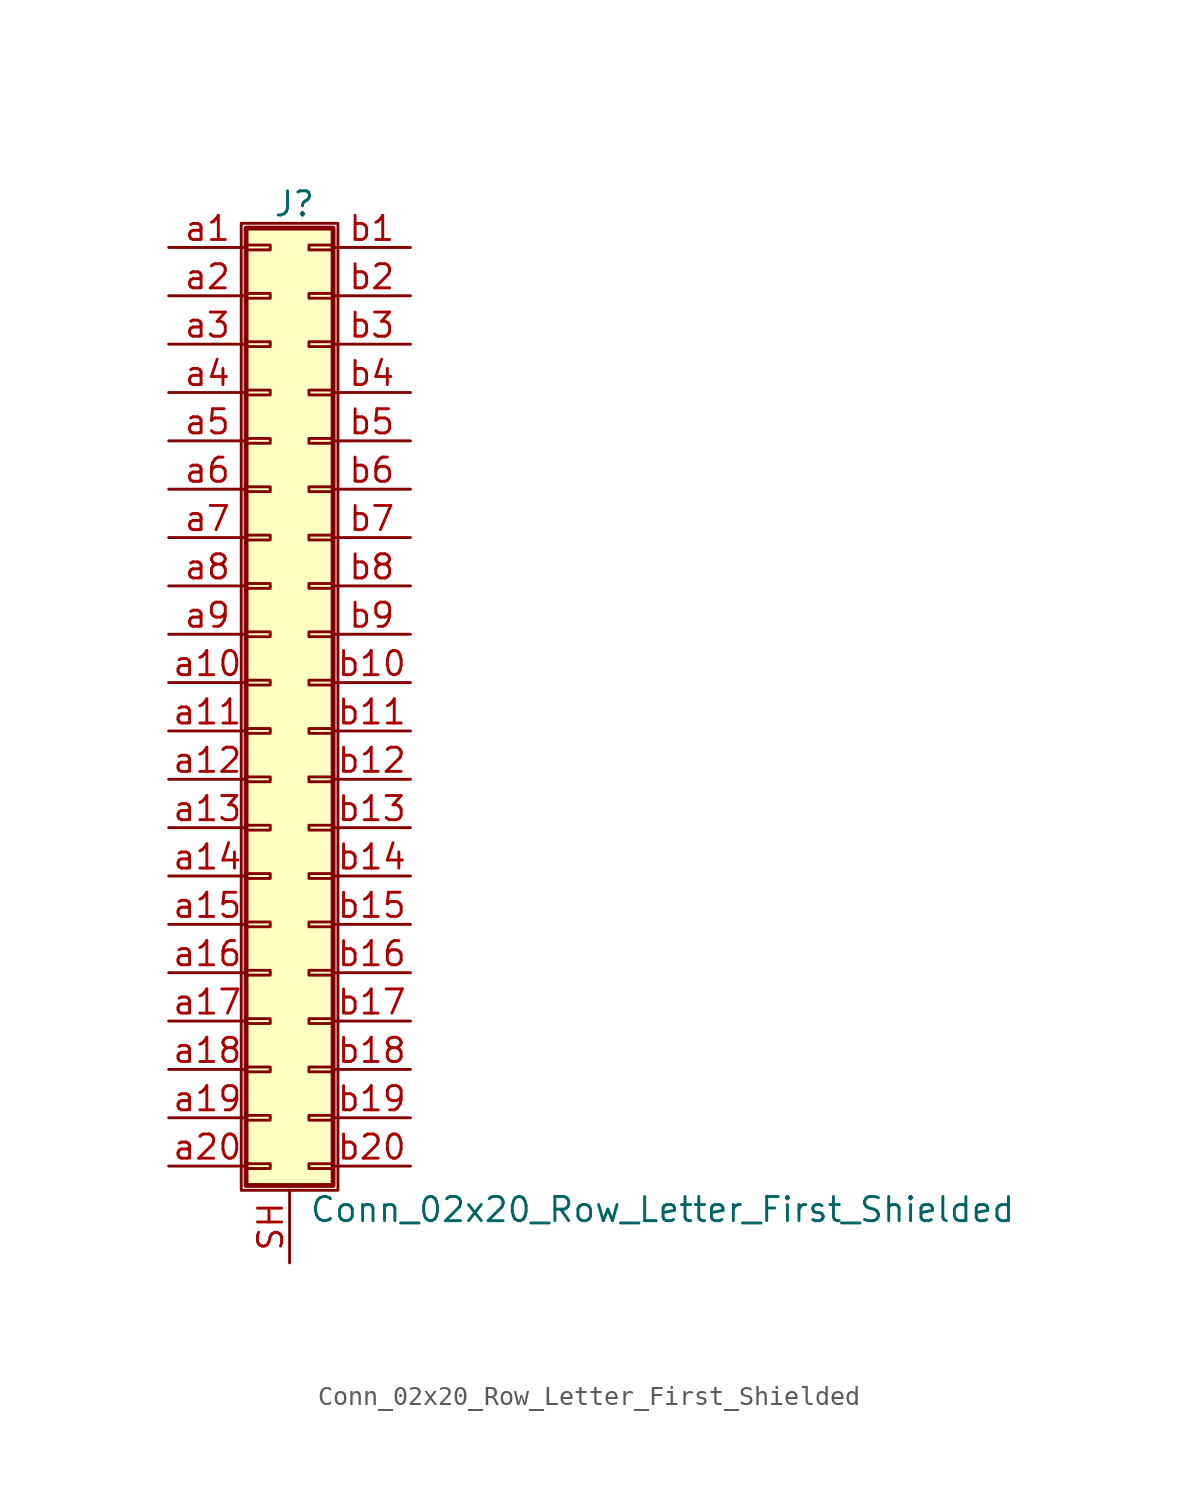
<source format=kicad_sym>
(kicad_symbol_lib
  (version 20201005)
  (generator kicad_symbol_editor)
  (symbol "Conn_02x20_Row_Letter_First_Shielded"
    (pin_names
      (offset 1.016) hide)
    (property "Reference" "J"
      (at 1.524 25.146 0)
      (effects (font (size 1.27 1.27))))
    (property "Value" "Conn_02x20_Row_Letter_First_Shielded"
      (at 2.286 -27.686 0)
      (effects (font (size 1.27 1.27)) (justify left)))
    (symbol "Conn_02x20_Row_Letter_First_Shielded_1_1"
      (rectangle (start -1.27 24.13) (end 3.81 -26.67) (stroke (width 0.152)) (fill (type none)))
      (rectangle (start -1.016 -25.273) (end 0.254 -25.527) (stroke (width 0.152)) (fill (type none)))
      (rectangle (start -1.016 -22.733) (end 0.254 -22.987) (stroke (width 0.152)) (fill (type none)))
      (rectangle (start -1.016 -20.193) (end 0.254 -20.447) (stroke (width 0.152)) (fill (type none)))
      (rectangle (start -1.016 -17.653) (end 0.254 -17.907) (stroke (width 0.152)) (fill (type none)))
      (rectangle (start -1.016 -15.113) (end 0.254 -15.367) (stroke (width 0.152)) (fill (type none)))
      (rectangle (start -1.016 -12.573) (end 0.254 -12.827) (stroke (width 0.152)) (fill (type none)))
      (rectangle (start -1.016 -10.033) (end 0.254 -10.287) (stroke (width 0.152)) (fill (type none)))
      (rectangle (start -1.016 -7.493) (end 0.254 -7.747) (stroke (width 0.152)) (fill (type none)))
      (rectangle (start -1.016 -4.953) (end 0.254 -5.207) (stroke (width 0.152)) (fill (type none)))
      (rectangle (start -1.016 -2.413) (end 0.254 -2.667) (stroke (width 0.152)) (fill (type none)))
      (rectangle (start -1.016 0.127) (end 0.254 -0.127) (stroke (width 0.152)) (fill (type none)))
      (rectangle (start -1.016 2.667) (end 0.254 2.413) (stroke (width 0.152)) (fill (type none)))
      (rectangle (start -1.016 5.207) (end 0.254 4.953) (stroke (width 0.152)) (fill (type none)))
      (rectangle (start -1.016 7.747) (end 0.254 7.493) (stroke (width 0.152)) (fill (type none)))
      (rectangle (start -1.016 10.287) (end 0.254 10.033) (stroke (width 0.152)) (fill (type none)))
      (rectangle (start -1.016 12.827) (end 0.254 12.573) (stroke (width 0.152)) (fill (type none)))
      (rectangle (start -1.016 15.367) (end 0.254 15.113) (stroke (width 0.152)) (fill (type none)))
      (rectangle (start -1.016 17.907) (end 0.254 17.653) (stroke (width 0.152)) (fill (type none)))
      (rectangle (start -1.016 20.447) (end 0.254 20.193) (stroke (width 0.152)) (fill (type none)))
      (rectangle (start -1.016 22.987) (end 0.254 22.733) (stroke (width 0.152)) (fill (type none)))
      (rectangle (start 3.556 -25.273) (end 2.286 -25.527) (stroke (width 0.152)) (fill (type none)))
      (rectangle (start 3.556 -22.733) (end 2.286 -22.987) (stroke (width 0.152)) (fill (type none)))
      (rectangle (start 3.556 -20.193) (end 2.286 -20.447) (stroke (width 0.152)) (fill (type none)))
      (rectangle (start 3.556 -17.653) (end 2.286 -17.907) (stroke (width 0.152)) (fill (type none)))
      (rectangle (start 3.556 -15.113) (end 2.286 -15.367) (stroke (width 0.152)) (fill (type none)))
      (rectangle (start 3.556 -12.573) (end 2.286 -12.827) (stroke (width 0.152)) (fill (type none)))
      (rectangle (start 3.556 -10.033) (end 2.286 -10.287) (stroke (width 0.152)) (fill (type none)))
      (rectangle (start 3.556 -7.493) (end 2.286 -7.747) (stroke (width 0.152)) (fill (type none)))
      (rectangle (start 3.556 -4.953) (end 2.286 -5.207) (stroke (width 0.152)) (fill (type none)))
      (rectangle (start 3.556 -2.413) (end 2.286 -2.667) (stroke (width 0.152)) (fill (type none)))
      (rectangle (start 3.556 0.127) (end 2.286 -0.127) (stroke (width 0.152)) (fill (type none)))
      (rectangle (start 3.556 2.667) (end 2.286 2.413) (stroke (width 0.152)) (fill (type none)))
      (rectangle (start 3.556 5.207) (end 2.286 4.953) (stroke (width 0.152)) (fill (type none)))
      (rectangle (start 3.556 7.747) (end 2.286 7.493) (stroke (width 0.152)) (fill (type none)))
      (rectangle (start 3.556 10.287) (end 2.286 10.033) (stroke (width 0.152)) (fill (type none)))
      (rectangle (start 3.556 12.827) (end 2.286 12.573) (stroke (width 0.152)) (fill (type none)))
      (rectangle (start 3.556 15.367) (end 2.286 15.113) (stroke (width 0.152)) (fill (type none)))
      (rectangle (start 3.556 17.907) (end 2.286 17.653) (stroke (width 0.152)) (fill (type none)))
      (rectangle (start 3.556 20.447) (end 2.286 20.193) (stroke (width 0.152)) (fill (type none)))
      (rectangle (start 3.556 22.987) (end 2.286 22.733) (stroke (width 0.152)) (fill (type none)))
      (rectangle (start -1.016 23.876) (end 3.556 -26.416) (stroke (width 0.254)) (fill (type background)))
      (pin passive line (at 1.27 -30.48 90) (length 3.81) (name "Shield" (effects (font (size 1.27 1.27)))) (number "SH" (effects (font (size 1.27 1.27)))))
      (pin passive line (at -5.08 22.86 0) (length 4.064) (name "Pin_a1" (effects (font (size 1.27 1.27)))) (number "a1" (effects (font (size 1.27 1.27)))))
      (pin passive line (at -5.08 0 0) (length 4.064) (name "Pin_a10" (effects (font (size 1.27 1.27)))) (number "a10" (effects (font (size 1.27 1.27)))))
      (pin passive line (at -5.08 -2.54 0) (length 4.064) (name "Pin_a11" (effects (font (size 1.27 1.27)))) (number "a11" (effects (font (size 1.27 1.27)))))
      (pin passive line (at -5.08 -5.08 0) (length 4.064) (name "Pin_a12" (effects (font (size 1.27 1.27)))) (number "a12" (effects (font (size 1.27 1.27)))))
      (pin passive line (at -5.08 -7.62 0) (length 4.064) (name "Pin_a13" (effects (font (size 1.27 1.27)))) (number "a13" (effects (font (size 1.27 1.27)))))
      (pin passive line (at -5.08 -10.16 0) (length 4.064) (name "Pin_a14" (effects (font (size 1.27 1.27)))) (number "a14" (effects (font (size 1.27 1.27)))))
      (pin passive line (at -5.08 -12.7 0) (length 4.064) (name "Pin_a15" (effects (font (size 1.27 1.27)))) (number "a15" (effects (font (size 1.27 1.27)))))
      (pin passive line (at -5.08 -15.24 0) (length 4.064) (name "Pin_a16" (effects (font (size 1.27 1.27)))) (number "a16" (effects (font (size 1.27 1.27)))))
      (pin passive line (at -5.08 -17.78 0) (length 4.064) (name "Pin_a17" (effects (font (size 1.27 1.27)))) (number "a17" (effects (font (size 1.27 1.27)))))
      (pin passive line (at -5.08 -20.32 0) (length 4.064) (name "Pin_a18" (effects (font (size 1.27 1.27)))) (number "a18" (effects (font (size 1.27 1.27)))))
      (pin passive line (at -5.08 -22.86 0) (length 4.064) (name "Pin_a19" (effects (font (size 1.27 1.27)))) (number "a19" (effects (font (size 1.27 1.27)))))
      (pin passive line (at -5.08 20.32 0) (length 4.064) (name "Pin_a2" (effects (font (size 1.27 1.27)))) (number "a2" (effects (font (size 1.27 1.27)))))
      (pin passive line (at -5.08 -25.4 0) (length 4.064) (name "Pin_a20" (effects (font (size 1.27 1.27)))) (number "a20" (effects (font (size 1.27 1.27)))))
      (pin passive line (at -5.08 17.78 0) (length 4.064) (name "Pin_a3" (effects (font (size 1.27 1.27)))) (number "a3" (effects (font (size 1.27 1.27)))))
      (pin passive line (at -5.08 15.24 0) (length 4.064) (name "Pin_a4" (effects (font (size 1.27 1.27)))) (number "a4" (effects (font (size 1.27 1.27)))))
      (pin passive line (at -5.08 12.7 0) (length 4.064) (name "Pin_a5" (effects (font (size 1.27 1.27)))) (number "a5" (effects (font (size 1.27 1.27)))))
      (pin passive line (at -5.08 10.16 0) (length 4.064) (name "Pin_a6" (effects (font (size 1.27 1.27)))) (number "a6" (effects (font (size 1.27 1.27)))))
      (pin passive line (at -5.08 7.62 0) (length 4.064) (name "Pin_a7" (effects (font (size 1.27 1.27)))) (number "a7" (effects (font (size 1.27 1.27)))))
      (pin passive line (at -5.08 5.08 0) (length 4.064) (name "Pin_a8" (effects (font (size 1.27 1.27)))) (number "a8" (effects (font (size 1.27 1.27)))))
      (pin passive line (at -5.08 2.54 0) (length 4.064) (name "Pin_a9" (effects (font (size 1.27 1.27)))) (number "a9" (effects (font (size 1.27 1.27)))))
      (pin passive line (at 7.62 22.86 180) (length 4.064) (name "Pin_b1" (effects (font (size 1.27 1.27)))) (number "b1" (effects (font (size 1.27 1.27)))))
      (pin passive line (at 7.62 0 180) (length 4.064) (name "Pin_b10" (effects (font (size 1.27 1.27)))) (number "b10" (effects (font (size 1.27 1.27)))))
      (pin passive line (at 7.62 -2.54 180) (length 4.064) (name "Pin_b11" (effects (font (size 1.27 1.27)))) (number "b11" (effects (font (size 1.27 1.27)))))
      (pin passive line (at 7.62 -5.08 180) (length 4.064) (name "Pin_b12" (effects (font (size 1.27 1.27)))) (number "b12" (effects (font (size 1.27 1.27)))))
      (pin passive line (at 7.62 -7.62 180) (length 4.064) (name "Pin_b13" (effects (font (size 1.27 1.27)))) (number "b13" (effects (font (size 1.27 1.27)))))
      (pin passive line (at 7.62 -10.16 180) (length 4.064) (name "Pin_b14" (effects (font (size 1.27 1.27)))) (number "b14" (effects (font (size 1.27 1.27)))))
      (pin passive line (at 7.62 -12.7 180) (length 4.064) (name "Pin_b15" (effects (font (size 1.27 1.27)))) (number "b15" (effects (font (size 1.27 1.27)))))
      (pin passive line (at 7.62 -15.24 180) (length 4.064) (name "Pin_b16" (effects (font (size 1.27 1.27)))) (number "b16" (effects (font (size 1.27 1.27)))))
      (pin passive line (at 7.62 -17.78 180) (length 4.064) (name "Pin_b17" (effects (font (size 1.27 1.27)))) (number "b17" (effects (font (size 1.27 1.27)))))
      (pin passive line (at 7.62 -20.32 180) (length 4.064) (name "Pin_b18" (effects (font (size 1.27 1.27)))) (number "b18" (effects (font (size 1.27 1.27)))))
      (pin passive line (at 7.62 -22.86 180) (length 4.064) (name "Pin_b19" (effects (font (size 1.27 1.27)))) (number "b19" (effects (font (size 1.27 1.27)))))
      (pin passive line (at 7.62 20.32 180) (length 4.064) (name "Pin_b2" (effects (font (size 1.27 1.27)))) (number "b2" (effects (font (size 1.27 1.27)))))
      (pin passive line (at 7.62 -25.4 180) (length 4.064) (name "Pin_b20" (effects (font (size 1.27 1.27)))) (number "b20" (effects (font (size 1.27 1.27)))))
      (pin passive line (at 7.62 17.78 180) (length 4.064) (name "Pin_b3" (effects (font (size 1.27 1.27)))) (number "b3" (effects (font (size 1.27 1.27)))))
      (pin passive line (at 7.62 15.24 180) (length 4.064) (name "Pin_b4" (effects (font (size 1.27 1.27)))) (number "b4" (effects (font (size 1.27 1.27)))))
      (pin passive line (at 7.62 12.7 180) (length 4.064) (name "Pin_b5" (effects (font (size 1.27 1.27)))) (number "b5" (effects (font (size 1.27 1.27)))))
      (pin passive line (at 7.62 10.16 180) (length 4.064) (name "Pin_b6" (effects (font (size 1.27 1.27)))) (number "b6" (effects (font (size 1.27 1.27)))))
      (pin passive line (at 7.62 7.62 180) (length 4.064) (name "Pin_b7" (effects (font (size 1.27 1.27)))) (number "b7" (effects (font (size 1.27 1.27)))))
      (pin passive line (at 7.62 5.08 180) (length 4.064) (name "Pin_b8" (effects (font (size 1.27 1.27)))) (number "b8" (effects (font (size 1.27 1.27)))))
      (pin passive line (at 7.62 2.54 180) (length 4.064) (name "Pin_b9" (effects (font (size 1.27 1.27)))) (number "b9" (effects (font (size 1.27 1.27))))))))
</source>
